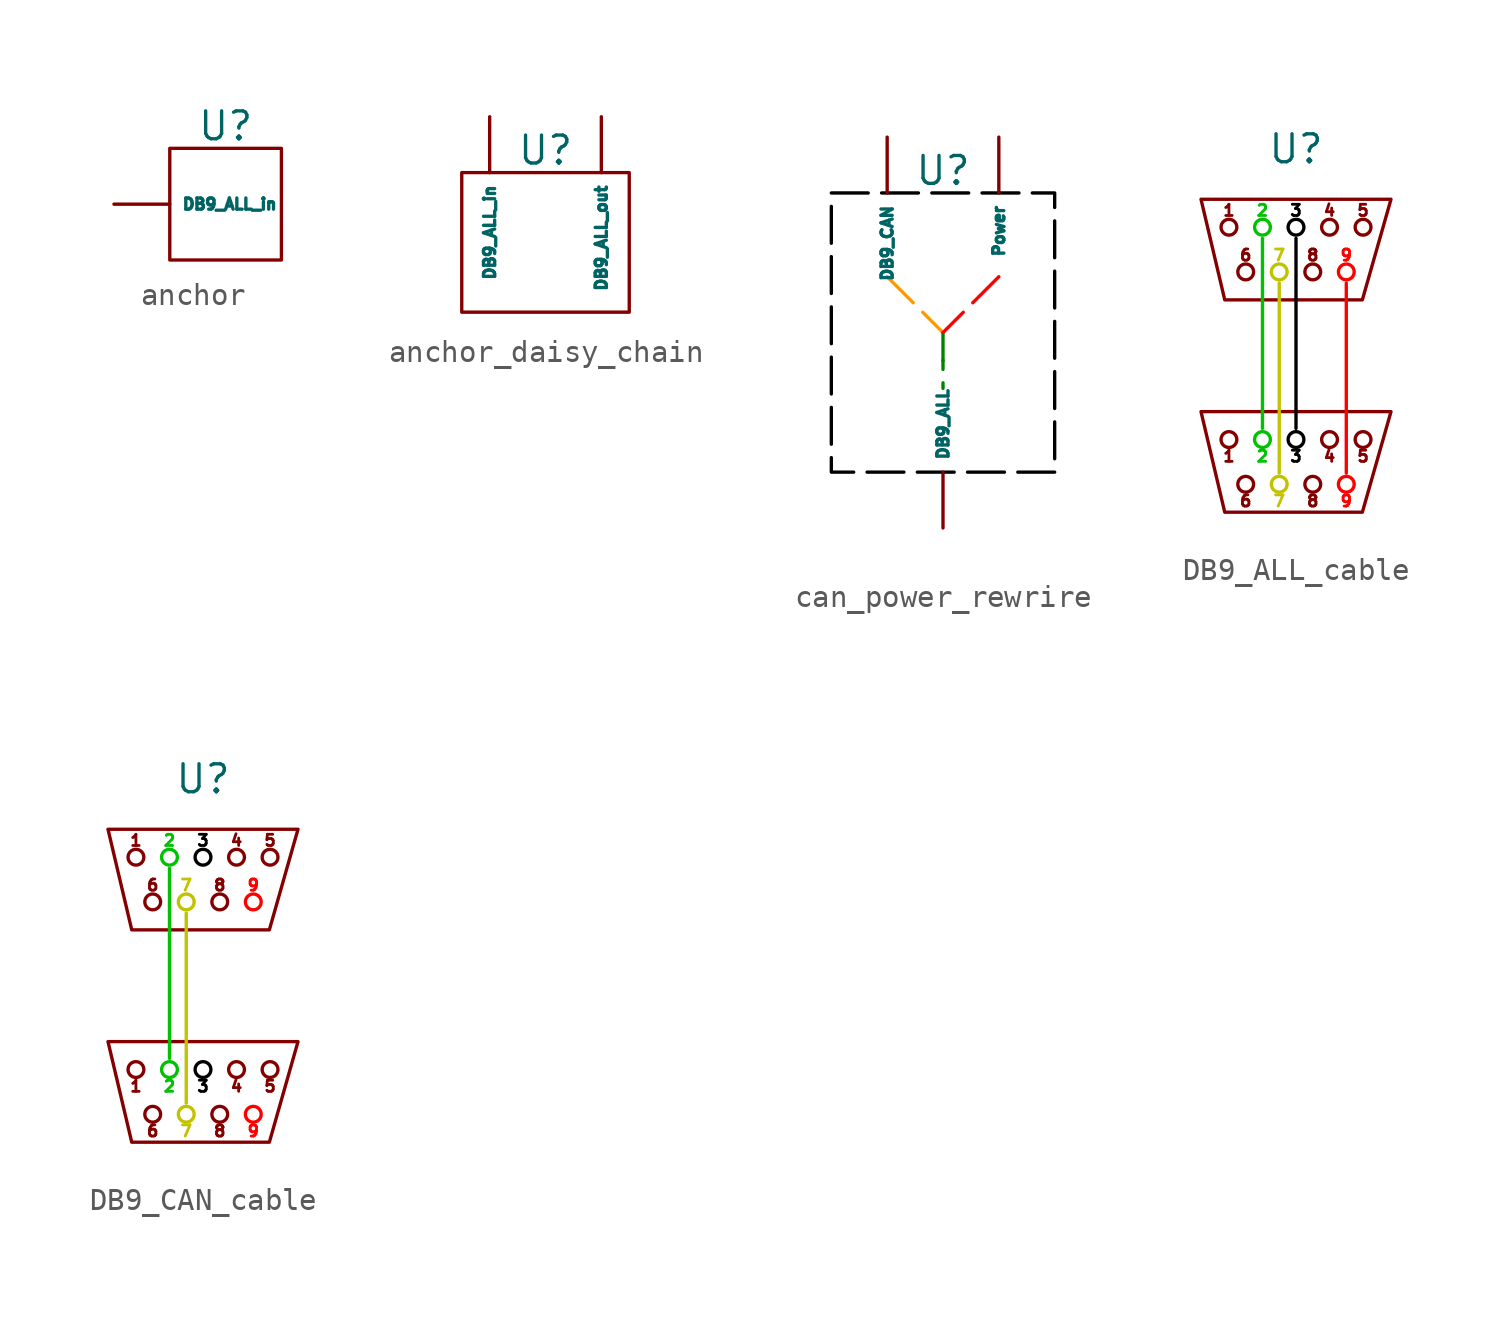
<source format=kicad_sym>
(kicad_symbol_lib
  (version 20241209)
  (generator "kicad_symbol_editor")
  (generator_version "9.0")
  (symbol "anchor"
    (property "Reference" "U"
      (at 0 3.556 0)
      (effects (font (size 1.27 1.27))))
    (property "Value" ""
      (at 0 0 0)
      (effects (font (size 1.27 1.27))))
    (symbol "anchor_0_1"
      (rectangle (start -2.54 2.54) (end 2.54 -2.54) (stroke (width 0) (type default)) (fill (type none))))
    (symbol "anchor_1_1"
      (pin input line (at -5.08 0 0) (length 2.54) (name "DB9_ALL_in" (effects (font (size 0.508 0.508)))) (number "" (effects (font (size 1.27 1.27)))))))
  (symbol "anchor_daisy_chain"
    (property "Reference" "U"
      (at 0 3.556 0)
      (effects (font (size 1.27 1.27))))
    (property "Value" ""
      (at 0 0 0)
      (effects (font (size 1.27 1.27))))
    (symbol "anchor_daisy_chain_0_1"
      (rectangle (start -3.81 2.54) (end 3.81 -3.81) (stroke (width 0) (type default)) (fill (type none))))
    (symbol "anchor_daisy_chain_1_1"
      (pin input line (at -2.54 5.08 270) (length 2.54) (name "DB9_ALL_in" (effects (font (size 0.508 0.508)))) (number "" (effects (font (size 1.27 1.27)))))
      (pin output line (at 2.54 5.08 270) (length 2.54) (name "DB9_ALL_out" (effects (font (size 0.508 0.508)))) (number "" (effects (font (size 1.27 1.27)))))))
  (symbol "can_power_rewrire"
    (property "Reference" "U"
      (at 0 6.096 0)
      (effects (font (size 1.27 1.27))))
    (property "Value" ""
      (at 0 0 0)
      (effects (font (size 1.27 1.27))))
    (symbol "can_power_rewrire_0_1"
      (polyline (pts (xy 0 -2.54) (xy 0 -2.54)) (stroke (width 0) (type default)) (fill (type none))))
    (symbol "can_power_rewrire_1_1"
      (rectangle (start -5.08 5.08) (end 5.08 -7.62) (stroke (width 0) (type dash) (color 0 0 0 1)) (fill (type none)))
      (polyline (pts (xy -2.54 1.27) (xy 0 -1.27)) (stroke (width 0) (type solid) (color 255 153 0 1)) (fill (type none)))
      (polyline (pts (xy 0 -1.27) (xy 0 -3.81)) (stroke (width 0) (type solid) (color 0 132 0 1)) (fill (type none)))
      (polyline (pts (xy 2.54 1.27) (xy 0 -1.27)) (stroke (width 0) (type solid) (color 255 0 0 1)) (fill (type none)))
      (pin input line (at -2.54 7.62 270) (length 2.54) (name "DB9_CAN" (effects (font (size 0.508 0.508)))) (number "" (effects (font (size 1.27 1.27)))))
      (pin output line (at 0 -10.16 90) (length 2.54) (name "DB9_ALL" (effects (font (size 0.508 0.508)))) (number "" (effects (font (size 1.27 1.27)))))
      (pin input line (at 2.54 7.62 270) (length 2.54) (name "Power" (effects (font (size 0.508 0.508)))) (number "" (effects (font (size 1.27 1.27)))))))
  (symbol "DB9_ALL_cable"
    (property "Reference" "U"
      (at 0 3.556 0)
      (effects (font (size 1.27 1.27))))
    (property "Value" ""
      (at 0 0 0)
      (effects (font (size 1.27 1.27))))
    (symbol "DB9_ALL_cable_0_1"
      (polyline (pts (xy -4.318 1.27) (xy 4.318 1.27) (xy 3.016 -3.302) (xy -3.239 -3.302) (xy -4.318 1.27)) (stroke (width 0) (type default)) (fill (type none)))
      (polyline (pts (xy -4.318 -8.382) (xy 4.318 -8.382) (xy 3.016 -12.954) (xy -3.239 -12.954) (xy -4.318 -8.382)) (stroke (width 0) (type default)) (fill (type none)))
      (circle (center -3.048 0) (radius 0.359) (stroke (width 0) (type default)) (fill (type none)))
      (circle (center -3.048 -9.652) (radius 0.359) (stroke (width 0) (type default)) (fill (type none)))
      (circle (center -2.286 -2.032) (radius 0.359) (stroke (width 0) (type default)) (fill (type none)))
      (circle (center -2.286 -11.684) (radius 0.359) (stroke (width 0) (type default)) (fill (type none)))
      (circle (center 0.762 -2.032) (radius 0.359) (stroke (width 0) (type default)) (fill (type none)))
      (circle (center 0.762 -11.684) (radius 0.359) (stroke (width 0) (type default)) (fill (type none)))
      (circle (center 1.524 0) (radius 0.359) (stroke (width 0) (type default)) (fill (type none)))
      (circle (center 1.524 -9.652) (radius 0.359) (stroke (width 0) (type default)) (fill (type none)))
      (circle (center 3.048 0) (radius 0.359) (stroke (width 0) (type default)) (fill (type none)))
      (circle (center 3.048 -9.652) (radius 0.359) (stroke (width 0) (type default)) (fill (type none))))
    (symbol "DB9_ALL_cable_1_1"
      (circle (center -1.524 0) (radius 0.359) (stroke (width 0) (type solid) (color 0 194 0 1)) (fill (type none)))
      (polyline (pts (xy -1.524 -0.508) (xy -1.524 -9.144)) (stroke (width 0) (type solid) (color 0 194 0 1)) (fill (type none)))
      (circle (center -1.524 -9.652) (radius 0.359) (stroke (width 0) (type solid) (color 0 194 0 1)) (fill (type none)))
      (circle (center -0.762 -2.032) (radius 0.359) (stroke (width 0) (type solid) (color 194 194 0 1)) (fill (type none)))
      (polyline (pts (xy -0.762 -2.54) (xy -0.762 -11.176)) (stroke (width 0) (type solid) (color 194 194 0 1)) (fill (type none)))
      (circle (center -0.762 -11.684) (radius 0.359) (stroke (width 0) (type solid) (color 194 194 0 1)) (fill (type none)))
      (circle (center 0 0) (radius 0.359) (stroke (width 0) (type solid) (color 0 0 0 1)) (fill (type none)))
      (polyline (pts (xy 0 -9.144) (xy 0 -0.508)) (stroke (width 0) (type solid) (color 0 0 0 1)) (fill (type none)))
      (circle (center 0 -9.652) (radius 0.359) (stroke (width 0) (type solid) (color 0 0 0 1)) (fill (type none)))
      (circle (center 2.286 -2.032) (radius 0.359) (stroke (width 0) (type solid) (color 255 0 0 1)) (fill (type none)))
      (polyline (pts (xy 2.286 -11.176) (xy 2.286 -2.54)) (stroke (width 0) (type solid) (color 255 0 0 1)) (fill (type none)))
      (circle (center 2.286 -11.684) (radius 0.359) (stroke (width 0) (type solid) (color 255 0 0 1)) (fill (type none)))
      (text "1" (at -3.048 0.762 0) (effects (font (size 0.508 0.508))))
      (text "1" (at -3.048 -10.414 0) (effects (font (size 0.508 0.508))))
      (text "6" (at -2.286 -1.27 0) (effects (font (size 0.508 0.508))))
      (text "6" (at -2.286 -12.446 0) (effects (font (size 0.508 0.508))))
      (text "2" (at -1.524 0.762 0) (effects (font (size 0.508 0.508) (color 0 194 0 1))))
      (text "2" (at -1.524 -10.414 0) (effects (font (size 0.508 0.508) (color 0 194 0 1))))
      (text "7" (at -0.762 -1.27 0) (effects (font (size 0.508 0.508) (color 194 194 0 1))))
      (text "7" (at -0.762 -12.446 0) (effects (font (size 0.508 0.508) (color 194 194 0 1))))
      (text "3" (at 0 0.762 0) (effects (font (size 0.508 0.508) (color 0 0 0 1))))
      (text "3" (at 0 -10.414 0) (effects (font (size 0.508 0.508) (color 0 0 0 1))))
      (text "8" (at 0.762 -1.27 0) (effects (font (size 0.508 0.508))))
      (text "8" (at 0.762 -12.446 0) (effects (font (size 0.508 0.508))))
      (text "4" (at 1.524 0.762 0) (effects (font (size 0.508 0.508))))
      (text "4" (at 1.524 -10.414 0) (effects (font (size 0.508 0.508))))
      (text "9" (at 2.286 -1.27 0) (effects (font (size 0.508 0.508) (color 255 0 0 1))))
      (text "9" (at 2.286 -12.446 0) (effects (font (size 0.508 0.508) (color 255 0 0 1))))
      (text "5" (at 3.048 0.762 0) (effects (font (size 0.508 0.508))))
      (text "5" (at 3.048 -10.414 0) (effects (font (size 0.508 0.508))))))
  (symbol "DB9_CAN_cable"
    (property "Reference" "U"
      (at 0 3.556 0)
      (effects (font (size 1.27 1.27))))
    (property "Value" ""
      (at 0 0 0)
      (effects (font (size 1.27 1.27))))
    (symbol "DB9_CAN_cable_0_1"
      (polyline (pts (xy -4.318 1.27) (xy 4.318 1.27) (xy 3.016 -3.302) (xy -3.239 -3.302) (xy -4.318 1.27)) (stroke (width 0) (type default)) (fill (type none)))
      (polyline (pts (xy -4.318 -8.382) (xy 4.318 -8.382) (xy 3.016 -12.954) (xy -3.239 -12.954) (xy -4.318 -8.382)) (stroke (width 0) (type default)) (fill (type none)))
      (circle (center -3.048 0) (radius 0.359) (stroke (width 0) (type default)) (fill (type none)))
      (circle (center -3.048 -9.652) (radius 0.359) (stroke (width 0) (type default)) (fill (type none)))
      (circle (center -2.286 -2.032) (radius 0.359) (stroke (width 0) (type default)) (fill (type none)))
      (circle (center -2.286 -11.684) (radius 0.359) (stroke (width 0) (type default)) (fill (type none)))
      (circle (center 0.762 -2.032) (radius 0.359) (stroke (width 0) (type default)) (fill (type none)))
      (circle (center 0.762 -11.684) (radius 0.359) (stroke (width 0) (type default)) (fill (type none)))
      (circle (center 1.524 0) (radius 0.359) (stroke (width 0) (type default)) (fill (type none)))
      (circle (center 1.524 -9.652) (radius 0.359) (stroke (width 0) (type default)) (fill (type none)))
      (circle (center 3.048 0) (radius 0.359) (stroke (width 0) (type default)) (fill (type none)))
      (circle (center 3.048 -9.652) (radius 0.359) (stroke (width 0) (type default)) (fill (type none))))
    (symbol "DB9_CAN_cable_1_1"
      (circle (center -1.524 0) (radius 0.359) (stroke (width 0) (type solid) (color 0 194 0 1)) (fill (type none)))
      (polyline (pts (xy -1.524 -0.508) (xy -1.524 -9.144)) (stroke (width 0) (type solid) (color 0 194 0 1)) (fill (type none)))
      (circle (center -1.524 -9.652) (radius 0.359) (stroke (width 0) (type solid) (color 0 194 0 1)) (fill (type none)))
      (circle (center -0.762 -2.032) (radius 0.359) (stroke (width 0) (type solid) (color 194 194 0 1)) (fill (type none)))
      (polyline (pts (xy -0.762 -2.54) (xy -0.762 -11.176)) (stroke (width 0) (type solid) (color 194 194 0 1)) (fill (type none)))
      (circle (center -0.762 -11.684) (radius 0.359) (stroke (width 0) (type solid) (color 194 194 0 1)) (fill (type none)))
      (circle (center 0 0) (radius 0.359) (stroke (width 0) (type solid) (color 0 0 0 1)) (fill (type none)))
      (circle (center 0 -9.652) (radius 0.359) (stroke (width 0) (type solid) (color 0 0 0 1)) (fill (type none)))
      (circle (center 2.286 -2.032) (radius 0.359) (stroke (width 0) (type solid) (color 255 0 0 1)) (fill (type none)))
      (circle (center 2.286 -11.684) (radius 0.359) (stroke (width 0) (type solid) (color 255 0 0 1)) (fill (type none)))
      (text "1" (at -3.048 0.762 0) (effects (font (size 0.508 0.508))))
      (text "1" (at -3.048 -10.414 0) (effects (font (size 0.508 0.508))))
      (text "6" (at -2.286 -1.27 0) (effects (font (size 0.508 0.508))))
      (text "6" (at -2.286 -12.446 0) (effects (font (size 0.508 0.508))))
      (text "2" (at -1.524 0.762 0) (effects (font (size 0.508 0.508) (color 0 194 0 1))))
      (text "2" (at -1.524 -10.414 0) (effects (font (size 0.508 0.508) (color 0 194 0 1))))
      (text "7" (at -0.762 -1.27 0) (effects (font (size 0.508 0.508) (color 194 194 0 1))))
      (text "7" (at -0.762 -12.446 0) (effects (font (size 0.508 0.508) (color 194 194 0 1))))
      (text "3" (at 0 0.762 0) (effects (font (size 0.508 0.508) (color 0 0 0 1))))
      (text "3" (at 0 -10.414 0) (effects (font (size 0.508 0.508) (color 0 0 0 1))))
      (text "8" (at 0.762 -1.27 0) (effects (font (size 0.508 0.508))))
      (text "8" (at 0.762 -12.446 0) (effects (font (size 0.508 0.508))))
      (text "4" (at 1.524 0.762 0) (effects (font (size 0.508 0.508))))
      (text "4" (at 1.524 -10.414 0) (effects (font (size 0.508 0.508))))
      (text "9" (at 2.286 -1.27 0) (effects (font (size 0.508 0.508) (color 255 0 0 1))))
      (text "9" (at 2.286 -12.446 0) (effects (font (size 0.508 0.508) (color 255 0 0 1))))
      (text "5" (at 3.048 0.762 0) (effects (font (size 0.508 0.508))))
      (text "5" (at 3.048 -10.414 0) (effects (font (size 0.508 0.508)))))))
</source>
